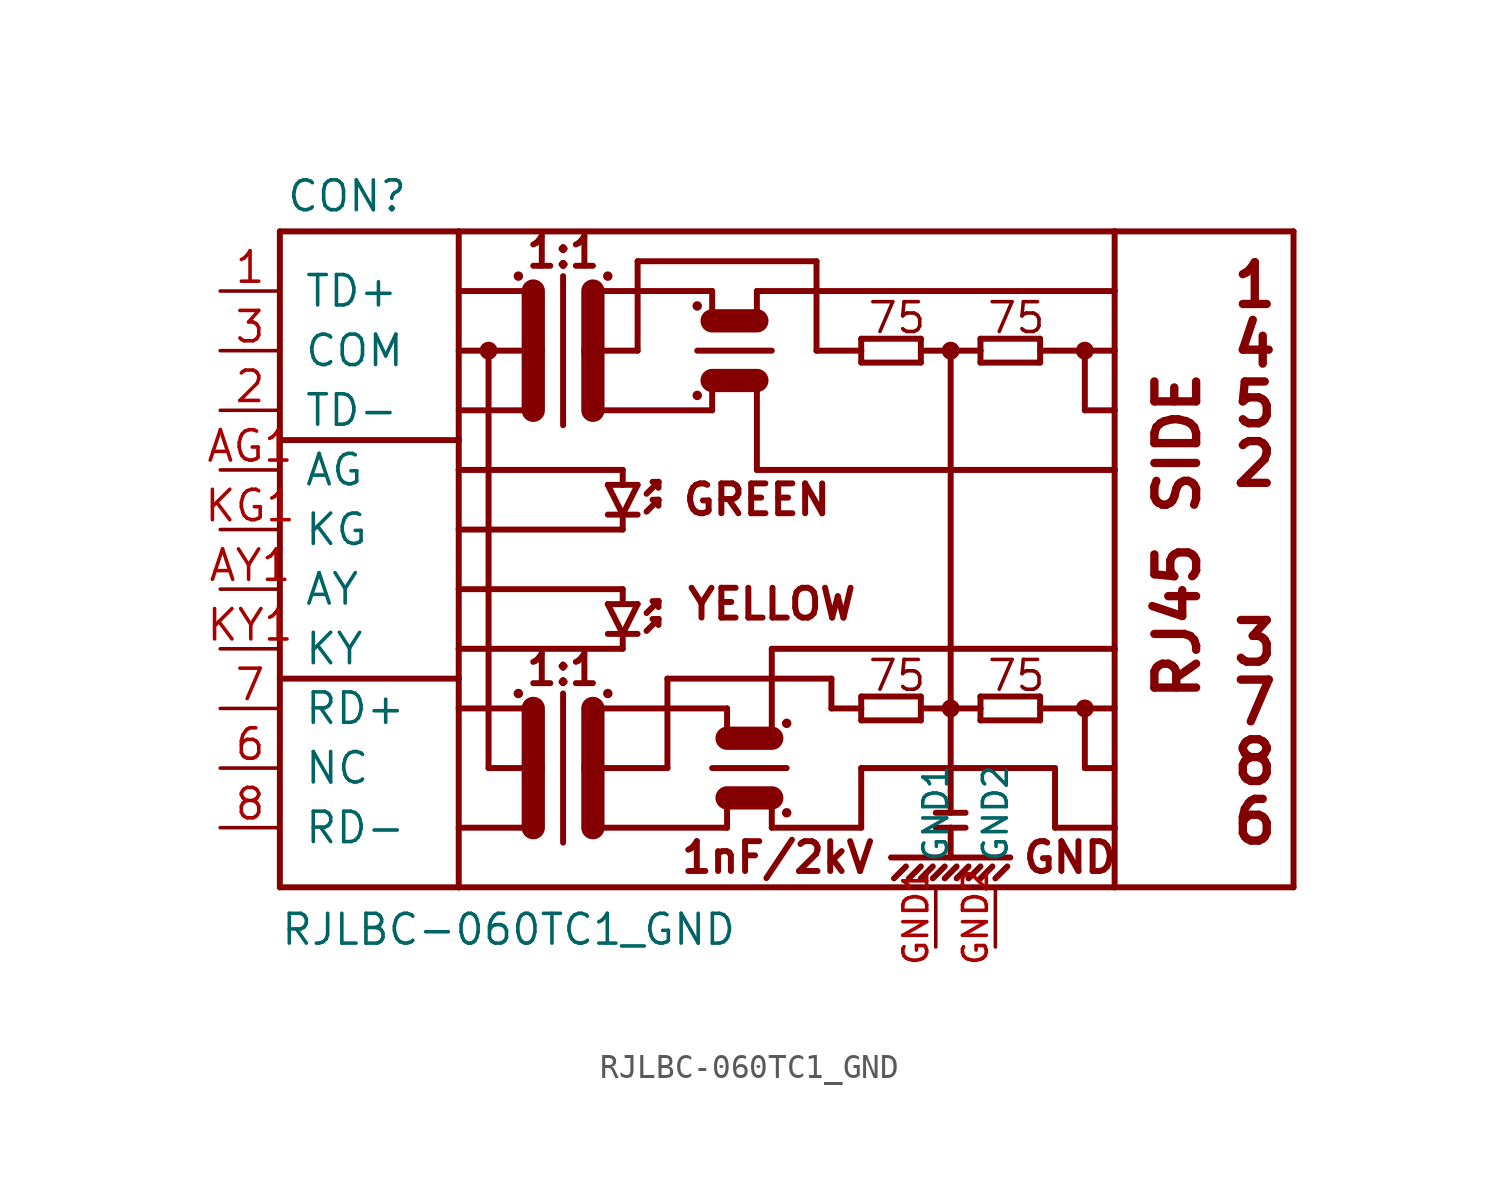
<source format=kicad_sym>
(kicad_symbol_lib
  (version 20220914)
  (generator kicad_symbol_editor)
  (symbol "RJLBC-060TC1_GND"
    (pin_names
      (offset 1.016))
    (property "Reference" "CON"
      (at -22.606 16.002 0)
      (effects (font (size 1.27 1.27)) (justify left bottom)))
    (property "Value" "RJLBC-060TC1_GND"
      (at -22.86 -15.24 0)
      (effects (font (size 1.27 1.27)) (justify left bottom)))
    (property "ki_locked" ""
      (at 0 0 0)
      (effects (font (size 1.27 1.27))))
    (symbol "RJLBC-060TC1_GND_1_0"
      (polyline (pts (xy -22.86 -12.7) (xy -15.24 -12.7)) (stroke (width 0.254) (type solid)) (fill (type none)))
      (polyline (pts (xy -22.86 -3.81) (xy -22.86 -12.7)) (stroke (width 0.254) (type solid)) (fill (type none)))
      (polyline (pts (xy -22.86 -3.81) (xy -15.24 -3.81)) (stroke (width 0.254) (type solid)) (fill (type none)))
      (polyline (pts (xy -22.86 6.35) (xy -22.86 -3.81)) (stroke (width 0.254) (type solid)) (fill (type none)))
      (polyline (pts (xy -22.86 6.35) (xy -15.24 6.35)) (stroke (width 0.254) (type solid)) (fill (type none)))
      (polyline (pts (xy -22.86 15.24) (xy -22.86 6.35)) (stroke (width 0.254) (type solid)) (fill (type none)))
      (polyline (pts (xy -22.86 15.24) (xy -15.24 15.24)) (stroke (width 0.254) (type solid)) (fill (type none)))
      (polyline (pts (xy -15.24 -12.7) (xy 12.7 -12.7)) (stroke (width 0.254) (type solid)) (fill (type none)))
      (polyline (pts (xy -15.24 -10.16) (xy -15.24 -12.7)) (stroke (width 0.254) (type solid)) (fill (type none)))
      (polyline (pts (xy -15.24 -10.16) (xy -12.065 -10.16)) (stroke (width 0.254) (type solid)) (fill (type none)))
      (polyline (pts (xy -15.24 -5.08) (xy -15.24 -10.16)) (stroke (width 0.254) (type solid)) (fill (type none)))
      (polyline (pts (xy -15.24 -3.81) (xy -15.24 -5.08)) (stroke (width 0.254) (type solid)) (fill (type none)))
      (polyline (pts (xy -15.24 -2.54) (xy -15.24 -3.81)) (stroke (width 0.254) (type solid)) (fill (type none)))
      (polyline (pts (xy -15.24 0) (xy -15.24 -2.54)) (stroke (width 0.254) (type solid)) (fill (type none)))
      (polyline (pts (xy -15.24 2.54) (xy -15.24 0)) (stroke (width 0.254) (type solid)) (fill (type none)))
      (polyline (pts (xy -15.24 5.08) (xy -15.24 2.54)) (stroke (width 0.254) (type solid)) (fill (type none)))
      (polyline (pts (xy -15.24 6.35) (xy -15.24 5.08)) (stroke (width 0.254) (type solid)) (fill (type none)))
      (polyline (pts (xy -15.24 10.16) (xy -15.24 6.35)) (stroke (width 0.254) (type solid)) (fill (type none)))
      (polyline (pts (xy -15.24 15.24) (xy -15.24 10.16)) (stroke (width 0.254) (type solid)) (fill (type none)))
      (polyline (pts (xy -15.24 15.24) (xy 12.7 15.24)) (stroke (width 0.254) (type solid)) (fill (type none)))
      (polyline (pts (xy -13.97 -7.62) (xy -12.065 -7.62)) (stroke (width 0.254) (type solid)) (fill (type none)))
      (polyline (pts (xy -13.97 10.16) (xy -15.24 10.16)) (stroke (width 0.254) (type solid)) (fill (type none)))
      (polyline (pts (xy -13.97 10.16) (xy -13.97 -7.62)) (stroke (width 0.254) (type solid)) (fill (type none)))
      (polyline (pts (xy -12.065 -7.62) (xy -12.065 -10.16)) (stroke (width 0.991) (type solid)) (fill (type none)))
      (polyline (pts (xy -12.065 -5.08) (xy -15.24 -5.08)) (stroke (width 0.254) (type solid)) (fill (type none)))
      (polyline (pts (xy -12.065 -5.08) (xy -12.065 -7.62)) (stroke (width 0.991) (type solid)) (fill (type none)))
      (polyline (pts (xy -12.065 7.62) (xy -15.24 7.62)) (stroke (width 0.254) (type solid)) (fill (type none)))
      (polyline (pts (xy -12.065 10.16) (xy -13.97 10.16)) (stroke (width 0.254) (type solid)) (fill (type none)))
      (polyline (pts (xy -12.065 10.16) (xy -12.065 7.62)) (stroke (width 0.991) (type solid)) (fill (type none)))
      (polyline (pts (xy -12.065 12.7) (xy -15.24 12.7)) (stroke (width 0.254) (type solid)) (fill (type none)))
      (polyline (pts (xy -12.065 12.7) (xy -12.065 10.16)) (stroke (width 0.991) (type solid)) (fill (type none)))
      (polyline (pts (xy -10.795 -4.445) (xy -10.795 -10.795)) (stroke (width 0.254) (type solid)) (fill (type none)))
      (polyline (pts (xy -10.795 13.335) (xy -10.795 6.985)) (stroke (width 0.254) (type solid)) (fill (type none)))
      (polyline (pts (xy -9.525 -7.62) (xy -9.525 -10.16)) (stroke (width 0.991) (type solid)) (fill (type none)))
      (polyline (pts (xy -9.525 -7.62) (xy -6.35 -7.62)) (stroke (width 0.254) (type solid)) (fill (type none)))
      (polyline (pts (xy -9.525 -5.08) (xy -9.525 -7.62)) (stroke (width 0.991) (type solid)) (fill (type none)))
      (polyline (pts (xy -9.525 -5.08) (xy -3.81 -5.08)) (stroke (width 0.254) (type solid)) (fill (type none)))
      (polyline (pts (xy -9.525 10.16) (xy -9.525 7.62)) (stroke (width 0.991) (type solid)) (fill (type none)))
      (polyline (pts (xy -9.525 10.16) (xy -7.62 10.16)) (stroke (width 0.254) (type solid)) (fill (type none)))
      (polyline (pts (xy -9.525 12.7) (xy -9.525 10.16)) (stroke (width 0.991) (type solid)) (fill (type none)))
      (polyline (pts (xy -9.525 12.7) (xy -4.445 12.7)) (stroke (width 0.254) (type solid)) (fill (type none)))
      (polyline (pts (xy -8.89 -1.905) (xy -8.255 -1.905)) (stroke (width 0.254) (type solid)) (fill (type none)))
      (polyline (pts (xy -8.89 -0.635) (xy -8.255 -0.635)) (stroke (width 0.254) (type solid)) (fill (type none)))
      (polyline (pts (xy -8.89 3.175) (xy -8.255 3.175)) (stroke (width 0.254) (type solid)) (fill (type none)))
      (polyline (pts (xy -8.89 4.445) (xy -8.255 4.445)) (stroke (width 0.254) (type solid)) (fill (type none)))
      (polyline (pts (xy -8.255 -2.54) (xy -15.24 -2.54)) (stroke (width 0.254) (type solid)) (fill (type none)))
      (polyline (pts (xy -8.255 -1.905) (xy -8.89 -0.635)) (stroke (width 0.254) (type solid)) (fill (type none)))
      (polyline (pts (xy -8.255 -1.905) (xy -8.255 -2.54)) (stroke (width 0.254) (type solid)) (fill (type none)))
      (polyline (pts (xy -8.255 -1.905) (xy -7.62 -1.905)) (stroke (width 0.254) (type solid)) (fill (type none)))
      (polyline (pts (xy -8.255 -0.635) (xy -8.255 0)) (stroke (width 0.254) (type solid)) (fill (type none)))
      (polyline (pts (xy -8.255 -0.635) (xy -7.62 -0.635)) (stroke (width 0.254) (type solid)) (fill (type none)))
      (polyline (pts (xy -8.255 0) (xy -15.24 0)) (stroke (width 0.254) (type solid)) (fill (type none)))
      (polyline (pts (xy -8.255 2.54) (xy -15.24 2.54)) (stroke (width 0.254) (type solid)) (fill (type none)))
      (polyline (pts (xy -8.255 3.175) (xy -8.89 4.445)) (stroke (width 0.254) (type solid)) (fill (type none)))
      (polyline (pts (xy -8.255 3.175) (xy -8.255 2.54)) (stroke (width 0.254) (type solid)) (fill (type none)))
      (polyline (pts (xy -8.255 3.175) (xy -7.62 3.175)) (stroke (width 0.254) (type solid)) (fill (type none)))
      (polyline (pts (xy -8.255 4.445) (xy -8.255 5.08)) (stroke (width 0.254) (type solid)) (fill (type none)))
      (polyline (pts (xy -8.255 4.445) (xy -7.62 4.445)) (stroke (width 0.254) (type solid)) (fill (type none)))
      (polyline (pts (xy -8.255 5.08) (xy -15.24 5.08)) (stroke (width 0.254) (type solid)) (fill (type none)))
      (polyline (pts (xy -7.62 -0.635) (xy -8.255 -1.905)) (stroke (width 0.254) (type solid)) (fill (type none)))
      (polyline (pts (xy -7.62 4.445) (xy -8.255 3.175)) (stroke (width 0.254) (type solid)) (fill (type none)))
      (polyline (pts (xy -7.62 10.16) (xy -7.62 13.97)) (stroke (width 0.254) (type solid)) (fill (type none)))
      (polyline (pts (xy -7.62 13.97) (xy 0 13.97)) (stroke (width 0.254) (type solid)) (fill (type none)))
      (polyline (pts (xy -7.239 -1.778) (xy -6.731 -1.27)) (stroke (width 0.254) (type solid)) (fill (type none)))
      (polyline (pts (xy -7.239 -1.016) (xy -6.731 -0.508)) (stroke (width 0.254) (type solid)) (fill (type none)))
      (polyline (pts (xy -7.239 3.302) (xy -6.731 3.81)) (stroke (width 0.254) (type solid)) (fill (type none)))
      (polyline (pts (xy -7.239 4.064) (xy -6.731 4.572)) (stroke (width 0.254) (type solid)) (fill (type none)))
      (polyline (pts (xy -6.731 -1.27) (xy -6.985 -1.27)) (stroke (width 0.254) (type solid)) (fill (type none)))
      (polyline (pts (xy -6.731 -1.27) (xy -6.731 -1.524)) (stroke (width 0.254) (type solid)) (fill (type none)))
      (polyline (pts (xy -6.731 -0.508) (xy -6.985 -0.508)) (stroke (width 0.254) (type solid)) (fill (type none)))
      (polyline (pts (xy -6.731 -0.508) (xy -6.731 -0.762)) (stroke (width 0.254) (type solid)) (fill (type none)))
      (polyline (pts (xy -6.731 3.81) (xy -6.985 3.81)) (stroke (width 0.254) (type solid)) (fill (type none)))
      (polyline (pts (xy -6.731 3.81) (xy -6.731 3.556)) (stroke (width 0.254) (type solid)) (fill (type none)))
      (polyline (pts (xy -6.731 4.572) (xy -6.985 4.572)) (stroke (width 0.254) (type solid)) (fill (type none)))
      (polyline (pts (xy -6.731 4.572) (xy -6.731 4.318)) (stroke (width 0.254) (type solid)) (fill (type none)))
      (polyline (pts (xy -6.35 -7.62) (xy -6.35 -3.81)) (stroke (width 0.254) (type solid)) (fill (type none)))
      (polyline (pts (xy -6.35 -3.81) (xy 0.635 -3.81)) (stroke (width 0.254) (type solid)) (fill (type none)))
      (polyline (pts (xy -5.08 10.16) (xy -1.905 10.16)) (stroke (width 0.254) (type solid)) (fill (type none)))
      (polyline (pts (xy -4.445 -7.62) (xy -1.27 -7.62)) (stroke (width 0.254) (type solid)) (fill (type none)))
      (polyline (pts (xy -4.445 7.62) (xy -9.525 7.62)) (stroke (width 0.254) (type solid)) (fill (type none)))
      (polyline (pts (xy -4.445 8.89) (xy -4.445 7.62)) (stroke (width 0.254) (type solid)) (fill (type none)))
      (polyline (pts (xy -4.445 8.89) (xy -2.54 8.89)) (stroke (width 0.991) (type solid)) (fill (type none)))
      (polyline (pts (xy -4.445 11.43) (xy -4.445 12.7)) (stroke (width 0.254) (type solid)) (fill (type none)))
      (polyline (pts (xy -4.445 11.43) (xy -2.54 11.43)) (stroke (width 0.991) (type solid)) (fill (type none)))
      (polyline (pts (xy -3.81 -10.16) (xy -9.525 -10.16)) (stroke (width 0.254) (type solid)) (fill (type none)))
      (polyline (pts (xy -3.81 -10.16) (xy -3.81 -8.89)) (stroke (width 0.254) (type solid)) (fill (type none)))
      (polyline (pts (xy -3.81 -8.89) (xy -1.905 -8.89)) (stroke (width 0.991) (type solid)) (fill (type none)))
      (polyline (pts (xy -3.81 -6.35) (xy -3.81 -5.08)) (stroke (width 0.254) (type solid)) (fill (type none)))
      (polyline (pts (xy -3.81 -6.35) (xy -1.905 -6.35)) (stroke (width 0.991) (type solid)) (fill (type none)))
      (polyline (pts (xy -2.54 5.08) (xy 12.7 5.08)) (stroke (width 0.254) (type solid)) (fill (type none)))
      (polyline (pts (xy -2.54 8.89) (xy -2.54 5.08)) (stroke (width 0.254) (type solid)) (fill (type none)))
      (polyline (pts (xy -2.54 11.43) (xy -2.54 12.7)) (stroke (width 0.254) (type solid)) (fill (type none)))
      (polyline (pts (xy -2.54 12.7) (xy 12.7 12.7)) (stroke (width 0.254) (type solid)) (fill (type none)))
      (polyline (pts (xy -1.905 -8.89) (xy -1.905 -10.16)) (stroke (width 0.254) (type solid)) (fill (type none)))
      (polyline (pts (xy -1.905 -6.35) (xy -1.905 -2.54)) (stroke (width 0.254) (type solid)) (fill (type none)))
      (polyline (pts (xy -1.905 -2.54) (xy 12.7 -2.54)) (stroke (width 0.254) (type solid)) (fill (type none)))
      (polyline (pts (xy 0 10.16) (xy 1.905 10.16)) (stroke (width 0.254) (type solid)) (fill (type none)))
      (polyline (pts (xy 0 13.97) (xy 0 10.16)) (stroke (width 0.254) (type solid)) (fill (type none)))
      (polyline (pts (xy 0.635 -5.08) (xy 1.905 -5.08)) (stroke (width 0.254) (type solid)) (fill (type none)))
      (polyline (pts (xy 0.635 -3.81) (xy 0.635 -5.08)) (stroke (width 0.254) (type solid)) (fill (type none)))
      (polyline (pts (xy 1.905 -10.16) (xy -1.905 -10.16)) (stroke (width 0.254) (type solid)) (fill (type none)))
      (polyline (pts (xy 1.905 -7.62) (xy 1.905 -10.16)) (stroke (width 0.254) (type solid)) (fill (type none)))
      (polyline (pts (xy 1.905 -5.588) (xy 4.445 -5.588)) (stroke (width 0.254) (type solid)) (fill (type none)))
      (polyline (pts (xy 1.905 -5.08) (xy 1.905 -5.588)) (stroke (width 0.254) (type solid)) (fill (type none)))
      (polyline (pts (xy 1.905 -4.572) (xy 1.905 -5.08)) (stroke (width 0.254) (type solid)) (fill (type none)))
      (polyline (pts (xy 1.905 9.652) (xy 4.445 9.652)) (stroke (width 0.254) (type solid)) (fill (type none)))
      (polyline (pts (xy 1.905 10.16) (xy 1.905 9.652)) (stroke (width 0.254) (type solid)) (fill (type none)))
      (polyline (pts (xy 1.905 10.668) (xy 1.905 10.16)) (stroke (width 0.254) (type solid)) (fill (type none)))
      (polyline (pts (xy 3.175 -11.43) (xy 8.255 -11.43)) (stroke (width 0.254) (type solid)) (fill (type none)))
      (polyline (pts (xy 3.302 -12.319) (xy 3.81 -11.811)) (stroke (width 0.254) (type solid)) (fill (type none)))
      (polyline (pts (xy 3.937 -12.319) (xy 4.445 -11.811)) (stroke (width 0.254) (type solid)) (fill (type none)))
      (polyline (pts (xy 4.445 -12.319) (xy 4.953 -11.811)) (stroke (width 0.254) (type solid)) (fill (type none)))
      (polyline (pts (xy 4.445 -5.588) (xy 4.445 -4.572)) (stroke (width 0.254) (type solid)) (fill (type none)))
      (polyline (pts (xy 4.445 -5.08) (xy 5.715 -5.08)) (stroke (width 0.254) (type solid)) (fill (type none)))
      (polyline (pts (xy 4.445 -4.572) (xy 1.905 -4.572)) (stroke (width 0.254) (type solid)) (fill (type none)))
      (polyline (pts (xy 4.445 9.652) (xy 4.445 10.668)) (stroke (width 0.254) (type solid)) (fill (type none)))
      (polyline (pts (xy 4.445 10.16) (xy 5.715 10.16)) (stroke (width 0.254) (type solid)) (fill (type none)))
      (polyline (pts (xy 4.445 10.668) (xy 1.905 10.668)) (stroke (width 0.254) (type solid)) (fill (type none)))
      (polyline (pts (xy 4.953 -12.319) (xy 5.461 -11.811)) (stroke (width 0.254) (type solid)) (fill (type none)))
      (polyline (pts (xy 5.08 -10.16) (xy 5.715 -10.16)) (stroke (width 0.254) (type solid)) (fill (type none)))
      (polyline (pts (xy 5.08 -9.525) (xy 6.35 -9.525)) (stroke (width 0.254) (type solid)) (fill (type none)))
      (polyline (pts (xy 5.461 -12.319) (xy 5.969 -11.811)) (stroke (width 0.254) (type solid)) (fill (type none)))
      (polyline (pts (xy 5.715 -10.16) (xy 5.715 -11.43)) (stroke (width 0.254) (type solid)) (fill (type none)))
      (polyline (pts (xy 5.715 -10.16) (xy 6.35 -10.16)) (stroke (width 0.254) (type solid)) (fill (type none)))
      (polyline (pts (xy 5.715 -5.08) (xy 5.715 -9.525)) (stroke (width 0.254) (type solid)) (fill (type none)))
      (polyline (pts (xy 5.715 -5.08) (xy 6.985 -5.08)) (stroke (width 0.254) (type solid)) (fill (type none)))
      (polyline (pts (xy 5.715 10.16) (xy 5.715 -5.08)) (stroke (width 0.254) (type solid)) (fill (type none)))
      (polyline (pts (xy 5.715 10.16) (xy 6.985 10.16)) (stroke (width 0.254) (type solid)) (fill (type none)))
      (polyline (pts (xy 5.969 -12.319) (xy 6.477 -11.811)) (stroke (width 0.254) (type solid)) (fill (type none)))
      (polyline (pts (xy 6.477 -12.319) (xy 6.985 -11.811)) (stroke (width 0.254) (type solid)) (fill (type none)))
      (polyline (pts (xy 6.985 -12.319) (xy 7.493 -11.811)) (stroke (width 0.254) (type solid)) (fill (type none)))
      (polyline (pts (xy 6.985 -5.588) (xy 9.525 -5.588)) (stroke (width 0.254) (type solid)) (fill (type none)))
      (polyline (pts (xy 6.985 -5.08) (xy 6.985 -5.588)) (stroke (width 0.254) (type solid)) (fill (type none)))
      (polyline (pts (xy 6.985 -4.572) (xy 6.985 -5.08)) (stroke (width 0.254) (type solid)) (fill (type none)))
      (polyline (pts (xy 6.985 9.652) (xy 9.525 9.652)) (stroke (width 0.254) (type solid)) (fill (type none)))
      (polyline (pts (xy 6.985 10.16) (xy 6.985 9.652)) (stroke (width 0.254) (type solid)) (fill (type none)))
      (polyline (pts (xy 6.985 10.668) (xy 6.985 10.16)) (stroke (width 0.254) (type solid)) (fill (type none)))
      (polyline (pts (xy 7.62 -12.319) (xy 8.128 -11.811)) (stroke (width 0.254) (type solid)) (fill (type none)))
      (polyline (pts (xy 9.525 -5.588) (xy 9.525 -5.08)) (stroke (width 0.254) (type solid)) (fill (type none)))
      (polyline (pts (xy 9.525 -5.08) (xy 9.525 -4.572)) (stroke (width 0.254) (type solid)) (fill (type none)))
      (polyline (pts (xy 9.525 -5.08) (xy 11.43 -5.08)) (stroke (width 0.254) (type solid)) (fill (type none)))
      (polyline (pts (xy 9.525 -4.572) (xy 6.985 -4.572)) (stroke (width 0.254) (type solid)) (fill (type none)))
      (polyline (pts (xy 9.525 9.652) (xy 9.525 10.16)) (stroke (width 0.254) (type solid)) (fill (type none)))
      (polyline (pts (xy 9.525 10.16) (xy 9.525 10.668)) (stroke (width 0.254) (type solid)) (fill (type none)))
      (polyline (pts (xy 9.525 10.16) (xy 11.43 10.16)) (stroke (width 0.254) (type solid)) (fill (type none)))
      (polyline (pts (xy 9.525 10.668) (xy 6.985 10.668)) (stroke (width 0.254) (type solid)) (fill (type none)))
      (polyline (pts (xy 10.16 -10.16) (xy 10.16 -7.62)) (stroke (width 0.254) (type solid)) (fill (type none)))
      (polyline (pts (xy 10.16 -7.62) (xy 1.905 -7.62)) (stroke (width 0.254) (type solid)) (fill (type none)))
      (polyline (pts (xy 11.43 -7.62) (xy 12.7 -7.62)) (stroke (width 0.254) (type solid)) (fill (type none)))
      (polyline (pts (xy 11.43 -5.08) (xy 11.43 -7.62)) (stroke (width 0.254) (type solid)) (fill (type none)))
      (polyline (pts (xy 11.43 -5.08) (xy 12.7 -5.08)) (stroke (width 0.254) (type solid)) (fill (type none)))
      (polyline (pts (xy 11.43 7.62) (xy 12.7 7.62)) (stroke (width 0.254) (type solid)) (fill (type none)))
      (polyline (pts (xy 11.43 10.16) (xy 11.43 7.62)) (stroke (width 0.254) (type solid)) (fill (type none)))
      (polyline (pts (xy 11.43 10.16) (xy 12.7 10.16)) (stroke (width 0.254) (type solid)) (fill (type none)))
      (polyline (pts (xy 12.7 -12.7) (xy 20.32 -12.7)) (stroke (width 0.254) (type solid)) (fill (type none)))
      (polyline (pts (xy 12.7 -10.16) (xy 10.16 -10.16)) (stroke (width 0.254) (type solid)) (fill (type none)))
      (polyline (pts (xy 12.7 -10.16) (xy 12.7 -12.7)) (stroke (width 0.254) (type solid)) (fill (type none)))
      (polyline (pts (xy 12.7 -2.54) (xy 12.7 -10.16)) (stroke (width 0.254) (type solid)) (fill (type none)))
      (polyline (pts (xy 12.7 5.08) (xy 12.7 -2.54)) (stroke (width 0.254) (type solid)) (fill (type none)))
      (polyline (pts (xy 12.7 7.62) (xy 12.7 5.08)) (stroke (width 0.254) (type solid)) (fill (type none)))
      (polyline (pts (xy 12.7 10.16) (xy 12.7 7.62)) (stroke (width 0.254) (type solid)) (fill (type none)))
      (polyline (pts (xy 12.7 12.7) (xy 12.7 10.16)) (stroke (width 0.254) (type solid)) (fill (type none)))
      (polyline (pts (xy 12.7 15.24) (xy 12.7 12.7)) (stroke (width 0.254) (type solid)) (fill (type none)))
      (polyline (pts (xy 12.7 15.24) (xy 20.32 15.24)) (stroke (width 0.254) (type solid)) (fill (type none)))
      (polyline (pts (xy 20.32 15.24) (xy 20.32 -12.7)) (stroke (width 0.254) (type solid)) (fill (type none)))
      (text "1" (at 18.669 12.954 0) (effects (font (size 1.778 1.778) bold)))
      (text "1:1" (at -10.795 -3.429 0) (effects (font (size 1.27 1.27) bold)))
      (text "1:1" (at -10.795 14.351 0) (effects (font (size 1.27 1.27) bold)))
      (text "1nF/2kV" (at -1.651 -11.43 0) (effects (font (size 1.27 1.27) bold)))
      (text "2" (at 18.669 5.334 0) (effects (font (size 1.778 1.778) bold)))
      (text "3" (at 18.669 -2.286 0) (effects (font (size 1.778 1.778) bold)))
      (text "4" (at 18.669 10.414 0) (effects (font (size 1.778 1.778) bold)))
      (text "5" (at 18.669 7.874 0) (effects (font (size 1.778 1.778) bold)))
      (text "6" (at 18.669 -9.906 0) (effects (font (size 1.778 1.778) bold)))
      (text "7" (at 18.669 -4.826 0) (effects (font (size 1.778 1.778) bold)))
      (text "75" (at 3.429 -3.683 0) (effects (font (size 1.27 1.27))))
      (text "75" (at 3.429 11.557 0) (effects (font (size 1.27 1.27))))
      (text "75" (at 8.509 -3.683 0) (effects (font (size 1.27 1.27))))
      (text "75" (at 8.509 11.557 0) (effects (font (size 1.27 1.27))))
      (text "8" (at 18.669 -7.366 0) (effects (font (size 1.778 1.778) bold)))
      (text "GND" (at 10.795 -11.43 0) (effects (font (size 1.27 1.27) bold)))
      (text "GREEN" (at -2.54 3.81 0) (effects (font (size 1.27 1.27) bold)))
      (text "RJ45 SIDE" (at 15.367 2.286 900) (effects (font (size 1.778 1.778) bold)))
      (text "YELLOW" (at -1.905 -0.635 0) (effects (font (size 1.27 1.27) bold))))
    (symbol "RJLBC-060TC1_GND_1_1"
      (circle (center -13.97 10.16) (radius 0.254) (stroke (width 0.254) (type solid)) (fill (type none)))
      (circle (center -12.7 -4.445) (radius 0.127) (stroke (width 0) (type solid)) (fill (type outline)))
      (circle (center -12.7 13.335) (radius 0.127) (stroke (width 0) (type solid)) (fill (type outline)))
      (circle (center -8.89 -4.445) (radius 0.127) (stroke (width 0) (type solid)) (fill (type outline)))
      (circle (center -8.89 13.335) (radius 0.127) (stroke (width 0) (type solid)) (fill (type outline)))
      (circle (center -5.08 8.255) (radius 0.127) (stroke (width 0) (type solid)) (fill (type outline)))
      (circle (center -5.08 12.065) (radius 0.127) (stroke (width 0) (type solid)) (fill (type outline)))
      (circle (center -1.27 -9.525) (radius 0.127) (stroke (width 0) (type solid)) (fill (type outline)))
      (circle (center -1.27 -5.715) (radius 0.127) (stroke (width 0) (type solid)) (fill (type outline)))
      (circle (center 5.715 -5.08) (radius 0.254) (stroke (width 0.254) (type solid)) (fill (type none)))
      (circle (center 5.715 10.16) (radius 0.254) (stroke (width 0.254) (type solid)) (fill (type none)))
      (circle (center 11.43 -5.08) (radius 0.254) (stroke (width 0.254) (type solid)) (fill (type none)))
      (circle (center 11.43 10.16) (radius 0.254) (stroke (width 0.254) (type solid)) (fill (type none)))
      (pin bidirectional line (at -25.4 12.7 0) (length 2.54) (name "TD+" (effects (font (size 1.295 1.295)))) (number "1" (effects (font (size 1.295 1.295)))))
      (pin bidirectional line (at -25.4 7.62 0) (length 2.54) (name "TD-" (effects (font (size 1.295 1.295)))) (number "2" (effects (font (size 1.295 1.295)))))
      (pin input line (at -25.4 10.16 0) (length 2.54) (name "COM" (effects (font (size 1.295 1.295)))) (number "3" (effects (font (size 1.295 1.295)))))
      (pin input line (at -25.4 -7.62 0) (length 2.54) (name "NC" (effects (font (size 1.295 1.295)))) (number "6" (effects (font (size 1.295 1.295)))))
      (pin bidirectional line (at -25.4 -5.08 0) (length 2.54) (name "RD+" (effects (font (size 1.295 1.295)))) (number "7" (effects (font (size 1.295 1.295)))))
      (pin bidirectional line (at -25.4 -10.16 0) (length 2.54) (name "RD-" (effects (font (size 1.295 1.295)))) (number "8" (effects (font (size 1.295 1.295)))))
      (pin passive line (at -25.4 5.08 0) (length 2.54) (name "AG" (effects (font (size 1.295 1.295)))) (number "AG1" (effects (font (size 1.295 1.295)))))
      (pin passive line (at -25.4 0 0) (length 2.54) (name "AY" (effects (font (size 1.295 1.295)))) (number "AY1" (effects (font (size 1.295 1.295)))))
      (pin input line (at 5.08 -15.24 90) (length 2.54) (name "GND1" (effects (font (size 1.016 1.016)))) (number "GND1" (effects (font (size 1.016 1.016)))))
      (pin input line (at 7.62 -15.24 90) (length 2.54) (name "GND2" (effects (font (size 1.016 1.016)))) (number "GND2" (effects (font (size 1.016 1.016)))))
      (pin passive line (at -25.4 2.54 0) (length 2.54) (name "KG" (effects (font (size 1.295 1.295)))) (number "KG1" (effects (font (size 1.295 1.295)))))
      (pin passive line (at -25.4 -2.54 0) (length 2.54) (name "KY" (effects (font (size 1.295 1.295)))) (number "KY1" (effects (font (size 1.295 1.295))))))))
</source>
